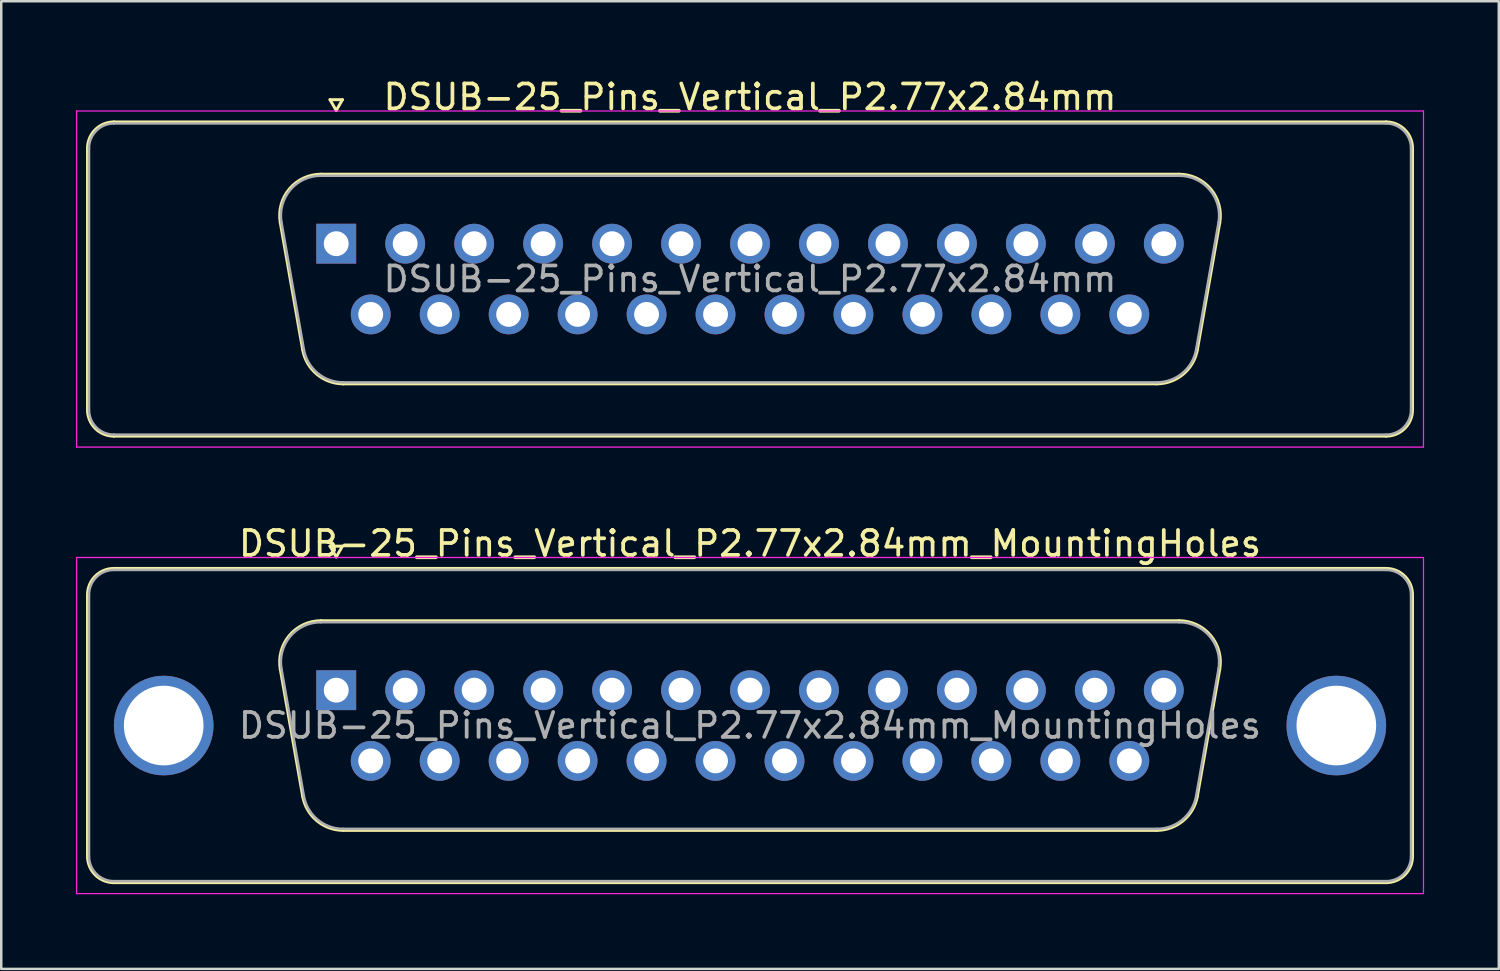
<source format=kicad_pcb>
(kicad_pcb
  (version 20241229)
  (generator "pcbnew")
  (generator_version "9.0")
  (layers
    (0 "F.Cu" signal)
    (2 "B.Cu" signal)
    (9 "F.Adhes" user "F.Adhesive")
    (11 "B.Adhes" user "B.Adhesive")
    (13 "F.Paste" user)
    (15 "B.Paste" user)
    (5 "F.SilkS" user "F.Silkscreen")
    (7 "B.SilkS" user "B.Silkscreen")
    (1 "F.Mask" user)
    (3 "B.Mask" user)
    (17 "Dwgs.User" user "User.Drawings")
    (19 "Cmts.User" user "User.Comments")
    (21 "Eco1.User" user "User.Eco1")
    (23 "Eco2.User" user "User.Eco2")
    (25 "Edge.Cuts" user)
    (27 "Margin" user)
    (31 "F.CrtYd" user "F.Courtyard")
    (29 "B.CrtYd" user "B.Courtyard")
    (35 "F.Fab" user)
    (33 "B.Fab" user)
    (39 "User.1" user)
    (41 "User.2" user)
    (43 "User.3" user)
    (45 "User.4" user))
  (footprint "DSUB-25_Pins_Vertical_P2.77x2.84mm"
    (layer "F.Cu")
    (at 10.455 6.738)
    (property "Reference" "DSUB-25_Pins_Vertical_P2.77x2.84mm" (at 16.62 -5.89 0) (layer "F.SilkS") (effects (font (size 1 1) (thickness 0.15))))
    (attr through_hole)
    (fp_line (start -9.99 6.67) (end -9.99 -3.83) (stroke (width 0.12) (type solid)) (layer "F.SilkS"))
    (fp_line (start -8.93 -4.89) (end 42.17 -4.89) (stroke (width 0.12) (type solid)) (layer "F.SilkS"))
    (fp_line (start -2.246 -0.842) (end -1.347 4.258) (stroke (width 0.12) (type solid)) (layer "F.SilkS"))
    (fp_line (start -0.612 -2.79) (end 33.852 -2.79) (stroke (width 0.12) (type solid)) (layer "F.SilkS"))
    (fp_line (start -0.25 -5.784) (end 0.25 -5.784) (stroke (width 0.12) (type solid)) (layer "F.SilkS"))
    (fp_line (start 0 -5.351) (end -0.25 -5.784) (stroke (width 0.12) (type solid)) (layer "F.SilkS"))
    (fp_line (start 0.25 -5.784) (end 0 -5.351) (stroke (width 0.12) (type solid)) (layer "F.SilkS"))
    (fp_line (start 0.288 5.63) (end 32.952 5.63) (stroke (width 0.12) (type solid)) (layer "F.SilkS"))
    (fp_line (start 35.486 -0.842) (end 34.587 4.258) (stroke (width 0.12) (type solid)) (layer "F.SilkS"))
    (fp_line (start 42.17 7.73) (end -8.93 7.73) (stroke (width 0.12) (type solid)) (layer "F.SilkS"))
    (fp_line (start 43.23 -3.83) (end 43.23 6.67) (stroke (width 0.12) (type solid)) (layer "F.SilkS"))
    (fp_arc (start -9.99 -3.83) (mid -9.679533 -4.579533) (end -8.93 -4.89) (stroke (width 0.12) (type solid)) (layer "F.SilkS"))
    (fp_arc (start -8.93 7.73) (mid -9.679533 7.419533) (end -9.99 6.67) (stroke (width 0.12) (type solid)) (layer "F.SilkS"))
    (fp_arc (start -2.24647 -0.841744) (mid -1.883323 -2.197027) (end -0.611689 -2.79) (stroke (width 0.12) (type solid)) (layer "F.SilkS"))
    (fp_arc (start 0.287579 5.63) (mid -0.779449 5.241634) (end -1.347202 4.258256) (stroke (width 0.12) (type solid)) (layer "F.SilkS"))
    (fp_arc (start 33.851689 -2.79) (mid 35.123323 -2.197027) (end 35.48647 -0.841744) (stroke (width 0.12) (type solid)) (layer "F.SilkS"))
    (fp_arc (start 34.587202 4.258256) (mid 34.019449 5.241634) (end 32.952421 5.63) (stroke (width 0.12) (type solid)) (layer "F.SilkS"))
    (fp_arc (start 42.17 -4.89) (mid 42.919533 -4.579533) (end 43.23 -3.83) (stroke (width 0.12) (type solid)) (layer "F.SilkS"))
    (fp_arc (start 43.23 6.67) (mid 42.919533 7.419533) (end 42.17 7.73) (stroke (width 0.12) (type solid)) (layer "F.SilkS"))
    (fp_line (start -10.43 -5.33) (end -10.43 8.17) (stroke (width 0.05) (type solid)) (layer "F.CrtYd"))
    (fp_line (start -10.43 8.17) (end 43.67 8.17) (stroke (width 0.05) (type solid)) (layer "F.CrtYd"))
    (fp_line (start 43.67 -5.33) (end -10.43 -5.33) (stroke (width 0.05) (type solid)) (layer "F.CrtYd"))
    (fp_line (start 43.67 8.17) (end 43.67 -5.33) (stroke (width 0.05) (type solid)) (layer "F.CrtYd"))
    (fp_line (start -9.93 6.67) (end -9.93 -3.83) (stroke (width 0.1) (type solid)) (layer "F.Fab"))
    (fp_line (start -8.93 -4.83) (end 42.17 -4.83) (stroke (width 0.1) (type solid)) (layer "F.Fab"))
    (fp_line (start -2.199 -0.852) (end -1.3 4.248) (stroke (width 0.1) (type solid)) (layer "F.Fab"))
    (fp_line (start -0.623 -2.73) (end 33.863 -2.73) (stroke (width 0.1) (type solid)) (layer "F.Fab"))
    (fp_line (start 0.276 5.57) (end 32.964 5.57) (stroke (width 0.1) (type solid)) (layer "F.Fab"))
    (fp_line (start 35.439 -0.852) (end 34.54 4.248) (stroke (width 0.1) (type solid)) (layer "F.Fab"))
    (fp_line (start 42.17 7.67) (end -8.93 7.67) (stroke (width 0.1) (type solid)) (layer "F.Fab"))
    (fp_line (start 43.17 -3.83) (end 43.17 6.67) (stroke (width 0.1) (type solid)) (layer "F.Fab"))
    (fp_arc (start -9.93 -3.83) (mid -9.637107 -4.537107) (end -8.93 -4.83) (stroke (width 0.1) (type solid)) (layer "F.Fab"))
    (fp_arc (start -8.93 7.67) (mid -9.637107 7.377107) (end -9.93 6.67) (stroke (width 0.1) (type solid)) (layer "F.Fab"))
    (fp_arc (start -2.198887 -0.852163) (mid -1.848865 -2.15846) (end -0.623194 -2.73) (stroke (width 0.1) (type solid)) (layer "F.Fab"))
    (fp_arc (start 0.276073 5.57) (mid -0.752387 5.195671) (end -1.299619 4.247837) (stroke (width 0.1) (type solid)) (layer "F.Fab"))
    (fp_arc (start 33.863194 -2.73) (mid 35.088865 -2.15846) (end 35.438887 -0.852163) (stroke (width 0.1) (type solid)) (layer "F.Fab"))
    (fp_arc (start 34.539619 4.247837) (mid 33.992387 5.195671) (end 32.963927 5.57) (stroke (width 0.1) (type solid)) (layer "F.Fab"))
    (fp_arc (start 42.17 -4.83) (mid 42.877107 -4.537107) (end 43.17 -3.83) (stroke (width 0.1) (type solid)) (layer "F.Fab"))
    (fp_arc (start 43.17 6.67) (mid 42.877107 7.377107) (end 42.17 7.67) (stroke (width 0.1) (type solid)) (layer "F.Fab"))
    (fp_text user "${REFERENCE}" (at 16.62 1.42 0) (layer "F.Fab") (effects (font (size 1 1) (thickness 0.15))))
    (pad "1" thru_hole rect (at 0 0) (size 1.6 1.6) (drill 1) (layers "*.Cu" "*.Mask"))
    (pad "2" thru_hole circle (at 2.77 0) (size 1.6 1.6) (drill 1) (layers "*.Cu" "*.Mask"))
    (pad "3" thru_hole circle (at 5.54 0) (size 1.6 1.6) (drill 1) (layers "*.Cu" "*.Mask"))
    (pad "4" thru_hole circle (at 8.31 0) (size 1.6 1.6) (drill 1) (layers "*.Cu" "*.Mask"))
    (pad "5" thru_hole circle (at 11.08 0) (size 1.6 1.6) (drill 1) (layers "*.Cu" "*.Mask"))
    (pad "6" thru_hole circle (at 13.85 0) (size 1.6 1.6) (drill 1) (layers "*.Cu" "*.Mask"))
    (pad "7" thru_hole circle (at 16.62 0) (size 1.6 1.6) (drill 1) (layers "*.Cu" "*.Mask"))
    (pad "8" thru_hole circle (at 19.39 0) (size 1.6 1.6) (drill 1) (layers "*.Cu" "*.Mask"))
    (pad "9" thru_hole circle (at 22.16 0) (size 1.6 1.6) (drill 1) (layers "*.Cu" "*.Mask"))
    (pad "10" thru_hole circle (at 24.93 0) (size 1.6 1.6) (drill 1) (layers "*.Cu" "*.Mask"))
    (pad "11" thru_hole circle (at 27.7 0) (size 1.6 1.6) (drill 1) (layers "*.Cu" "*.Mask"))
    (pad "12" thru_hole circle (at 30.47 0) (size 1.6 1.6) (drill 1) (layers "*.Cu" "*.Mask"))
    (pad "13" thru_hole circle (at 33.24 0) (size 1.6 1.6) (drill 1) (layers "*.Cu" "*.Mask"))
    (pad "14" thru_hole circle (at 1.385 2.84) (size 1.6 1.6) (drill 1) (layers "*.Cu" "*.Mask"))
    (pad "15" thru_hole circle (at 4.155 2.84) (size 1.6 1.6) (drill 1) (layers "*.Cu" "*.Mask"))
    (pad "16" thru_hole circle (at 6.925 2.84) (size 1.6 1.6) (drill 1) (layers "*.Cu" "*.Mask"))
    (pad "17" thru_hole circle (at 9.695 2.84) (size 1.6 1.6) (drill 1) (layers "*.Cu" "*.Mask"))
    (pad "18" thru_hole circle (at 12.465 2.84) (size 1.6 1.6) (drill 1) (layers "*.Cu" "*.Mask"))
    (pad "19" thru_hole circle (at 15.235 2.84) (size 1.6 1.6) (drill 1) (layers "*.Cu" "*.Mask"))
    (pad "20" thru_hole circle (at 18.005 2.84) (size 1.6 1.6) (drill 1) (layers "*.Cu" "*.Mask"))
    (pad "21" thru_hole circle (at 20.775 2.84) (size 1.6 1.6) (drill 1) (layers "*.Cu" "*.Mask"))
    (pad "22" thru_hole circle (at 23.545 2.84) (size 1.6 1.6) (drill 1) (layers "*.Cu" "*.Mask"))
    (pad "23" thru_hole circle (at 26.315 2.84) (size 1.6 1.6) (drill 1) (layers "*.Cu" "*.Mask"))
    (pad "24" thru_hole circle (at 29.085 2.84) (size 1.6 1.6) (drill 1) (layers "*.Cu" "*.Mask"))
    (pad "25" thru_hole circle (at 31.855 2.84) (size 1.6 1.6) (drill 1) (layers "*.Cu" "*.Mask")))
  (footprint "DSUB-25_Pins_Vertical_P2.77x2.84mm_MountingHoles"
    (layer "F.Cu")
    (at 10.455 24.672)
    (property "Reference" "DSUB-25_Pins_Vertical_P2.77x2.84mm_MountingHoles" (at 16.62 -5.89 0) (layer "F.SilkS") (effects (font (size 1 1) (thickness 0.15))))
    (attr through_hole)
    (fp_line (start -9.99 6.67) (end -9.99 -3.83) (stroke (width 0.12) (type solid)) (layer "F.SilkS"))
    (fp_line (start -8.93 -4.89) (end 42.17 -4.89) (stroke (width 0.12) (type solid)) (layer "F.SilkS"))
    (fp_line (start -2.246 -0.842) (end -1.347 4.258) (stroke (width 0.12) (type solid)) (layer "F.SilkS"))
    (fp_line (start -0.612 -2.79) (end 33.852 -2.79) (stroke (width 0.12) (type solid)) (layer "F.SilkS"))
    (fp_line (start -0.25 -5.784) (end 0.25 -5.784) (stroke (width 0.12) (type solid)) (layer "F.SilkS"))
    (fp_line (start 0 -5.351) (end -0.25 -5.784) (stroke (width 0.12) (type solid)) (layer "F.SilkS"))
    (fp_line (start 0.25 -5.784) (end 0 -5.351) (stroke (width 0.12) (type solid)) (layer "F.SilkS"))
    (fp_line (start 0.288 5.63) (end 32.952 5.63) (stroke (width 0.12) (type solid)) (layer "F.SilkS"))
    (fp_line (start 35.486 -0.842) (end 34.587 4.258) (stroke (width 0.12) (type solid)) (layer "F.SilkS"))
    (fp_line (start 42.17 7.73) (end -8.93 7.73) (stroke (width 0.12) (type solid)) (layer "F.SilkS"))
    (fp_line (start 43.23 -3.83) (end 43.23 6.67) (stroke (width 0.12) (type solid)) (layer "F.SilkS"))
    (fp_arc (start -9.99 -3.83) (mid -9.679533 -4.579533) (end -8.93 -4.89) (stroke (width 0.12) (type solid)) (layer "F.SilkS"))
    (fp_arc (start -8.93 7.73) (mid -9.679533 7.419533) (end -9.99 6.67) (stroke (width 0.12) (type solid)) (layer "F.SilkS"))
    (fp_arc (start -2.24647 -0.841744) (mid -1.883323 -2.197027) (end -0.611689 -2.79) (stroke (width 0.12) (type solid)) (layer "F.SilkS"))
    (fp_arc (start 0.287579 5.63) (mid -0.779449 5.241634) (end -1.347202 4.258256) (stroke (width 0.12) (type solid)) (layer "F.SilkS"))
    (fp_arc (start 33.851689 -2.79) (mid 35.123323 -2.197027) (end 35.48647 -0.841744) (stroke (width 0.12) (type solid)) (layer "F.SilkS"))
    (fp_arc (start 34.587202 4.258256) (mid 34.019449 5.241634) (end 32.952421 5.63) (stroke (width 0.12) (type solid)) (layer "F.SilkS"))
    (fp_arc (start 42.17 -4.89) (mid 42.919533 -4.579533) (end 43.23 -3.83) (stroke (width 0.12) (type solid)) (layer "F.SilkS"))
    (fp_arc (start 43.23 6.67) (mid 42.919533 7.419533) (end 42.17 7.73) (stroke (width 0.12) (type solid)) (layer "F.SilkS"))
    (fp_line (start -10.43 -5.33) (end -10.43 8.17) (stroke (width 0.05) (type solid)) (layer "F.CrtYd"))
    (fp_line (start -10.43 8.17) (end 43.67 8.17) (stroke (width 0.05) (type solid)) (layer "F.CrtYd"))
    (fp_line (start 43.67 -5.33) (end -10.43 -5.33) (stroke (width 0.05) (type solid)) (layer "F.CrtYd"))
    (fp_line (start 43.67 8.17) (end 43.67 -5.33) (stroke (width 0.05) (type solid)) (layer "F.CrtYd"))
    (fp_line (start -9.93 6.67) (end -9.93 -3.83) (stroke (width 0.1) (type solid)) (layer "F.Fab"))
    (fp_line (start -8.93 -4.83) (end 42.17 -4.83) (stroke (width 0.1) (type solid)) (layer "F.Fab"))
    (fp_line (start -2.199 -0.852) (end -1.3 4.248) (stroke (width 0.1) (type solid)) (layer "F.Fab"))
    (fp_line (start -0.623 -2.73) (end 33.863 -2.73) (stroke (width 0.1) (type solid)) (layer "F.Fab"))
    (fp_line (start 0.276 5.57) (end 32.964 5.57) (stroke (width 0.1) (type solid)) (layer "F.Fab"))
    (fp_line (start 35.439 -0.852) (end 34.54 4.248) (stroke (width 0.1) (type solid)) (layer "F.Fab"))
    (fp_line (start 42.17 7.67) (end -8.93 7.67) (stroke (width 0.1) (type solid)) (layer "F.Fab"))
    (fp_line (start 43.17 -3.83) (end 43.17 6.67) (stroke (width 0.1) (type solid)) (layer "F.Fab"))
    (fp_arc (start -9.93 -3.83) (mid -9.637107 -4.537107) (end -8.93 -4.83) (stroke (width 0.1) (type solid)) (layer "F.Fab"))
    (fp_arc (start -8.93 7.67) (mid -9.637107 7.377107) (end -9.93 6.67) (stroke (width 0.1) (type solid)) (layer "F.Fab"))
    (fp_arc (start -2.198887 -0.852163) (mid -1.848865 -2.15846) (end -0.623194 -2.73) (stroke (width 0.1) (type solid)) (layer "F.Fab"))
    (fp_arc (start 0.276073 5.57) (mid -0.752387 5.195671) (end -1.299619 4.247837) (stroke (width 0.1) (type solid)) (layer "F.Fab"))
    (fp_arc (start 33.863194 -2.73) (mid 35.088865 -2.15846) (end 35.438887 -0.852163) (stroke (width 0.1) (type solid)) (layer "F.Fab"))
    (fp_arc (start 34.539619 4.247837) (mid 33.992387 5.195671) (end 32.963927 5.57) (stroke (width 0.1) (type solid)) (layer "F.Fab"))
    (fp_arc (start 42.17 -4.83) (mid 42.877107 -4.537107) (end 43.17 -3.83) (stroke (width 0.1) (type solid)) (layer "F.Fab"))
    (fp_arc (start 43.17 6.67) (mid 42.877107 7.377107) (end 42.17 7.67) (stroke (width 0.1) (type solid)) (layer "F.Fab"))
    (fp_text user "${REFERENCE}" (at 16.62 1.42 0) (layer "F.Fab") (effects (font (size 1 1) (thickness 0.15))))
    (pad "0" thru_hole circle (at -6.93 1.42) (size 4 4) (drill 3.2) (layers "*.Cu" "*.Mask"))
    (pad "0" thru_hole circle (at 40.17 1.42) (size 4 4) (drill 3.2) (layers "*.Cu" "*.Mask"))
    (pad "1" thru_hole rect (at 0 0) (size 1.6 1.6) (drill 1) (layers "*.Cu" "*.Mask"))
    (pad "2" thru_hole circle (at 2.77 0) (size 1.6 1.6) (drill 1) (layers "*.Cu" "*.Mask"))
    (pad "3" thru_hole circle (at 5.54 0) (size 1.6 1.6) (drill 1) (layers "*.Cu" "*.Mask"))
    (pad "4" thru_hole circle (at 8.31 0) (size 1.6 1.6) (drill 1) (layers "*.Cu" "*.Mask"))
    (pad "5" thru_hole circle (at 11.08 0) (size 1.6 1.6) (drill 1) (layers "*.Cu" "*.Mask"))
    (pad "6" thru_hole circle (at 13.85 0) (size 1.6 1.6) (drill 1) (layers "*.Cu" "*.Mask"))
    (pad "7" thru_hole circle (at 16.62 0) (size 1.6 1.6) (drill 1) (layers "*.Cu" "*.Mask"))
    (pad "8" thru_hole circle (at 19.39 0) (size 1.6 1.6) (drill 1) (layers "*.Cu" "*.Mask"))
    (pad "9" thru_hole circle (at 22.16 0) (size 1.6 1.6) (drill 1) (layers "*.Cu" "*.Mask"))
    (pad "10" thru_hole circle (at 24.93 0) (size 1.6 1.6) (drill 1) (layers "*.Cu" "*.Mask"))
    (pad "11" thru_hole circle (at 27.7 0) (size 1.6 1.6) (drill 1) (layers "*.Cu" "*.Mask"))
    (pad "12" thru_hole circle (at 30.47 0) (size 1.6 1.6) (drill 1) (layers "*.Cu" "*.Mask"))
    (pad "13" thru_hole circle (at 33.24 0) (size 1.6 1.6) (drill 1) (layers "*.Cu" "*.Mask"))
    (pad "14" thru_hole circle (at 1.385 2.84) (size 1.6 1.6) (drill 1) (layers "*.Cu" "*.Mask"))
    (pad "15" thru_hole circle (at 4.155 2.84) (size 1.6 1.6) (drill 1) (layers "*.Cu" "*.Mask"))
    (pad "16" thru_hole circle (at 6.925 2.84) (size 1.6 1.6) (drill 1) (layers "*.Cu" "*.Mask"))
    (pad "17" thru_hole circle (at 9.695 2.84) (size 1.6 1.6) (drill 1) (layers "*.Cu" "*.Mask"))
    (pad "18" thru_hole circle (at 12.465 2.84) (size 1.6 1.6) (drill 1) (layers "*.Cu" "*.Mask"))
    (pad "19" thru_hole circle (at 15.235 2.84) (size 1.6 1.6) (drill 1) (layers "*.Cu" "*.Mask"))
    (pad "20" thru_hole circle (at 18.005 2.84) (size 1.6 1.6) (drill 1) (layers "*.Cu" "*.Mask"))
    (pad "21" thru_hole circle (at 20.775 2.84) (size 1.6 1.6) (drill 1) (layers "*.Cu" "*.Mask"))
    (pad "22" thru_hole circle (at 23.545 2.84) (size 1.6 1.6) (drill 1) (layers "*.Cu" "*.Mask"))
    (pad "23" thru_hole circle (at 26.315 2.84) (size 1.6 1.6) (drill 1) (layers "*.Cu" "*.Mask"))
    (pad "24" thru_hole circle (at 29.085 2.84) (size 1.6 1.6) (drill 1) (layers "*.Cu" "*.Mask"))
    (pad "25" thru_hole circle (at 31.855 2.84) (size 1.6 1.6) (drill 1) (layers "*.Cu" "*.Mask")))
  (gr_rect
    (start -3 -3)
    (end 57.15 35.867)
    (stroke (width 0.1) (type default))
    (fill no)
    (layer "Edge.Cuts")))
</source>
